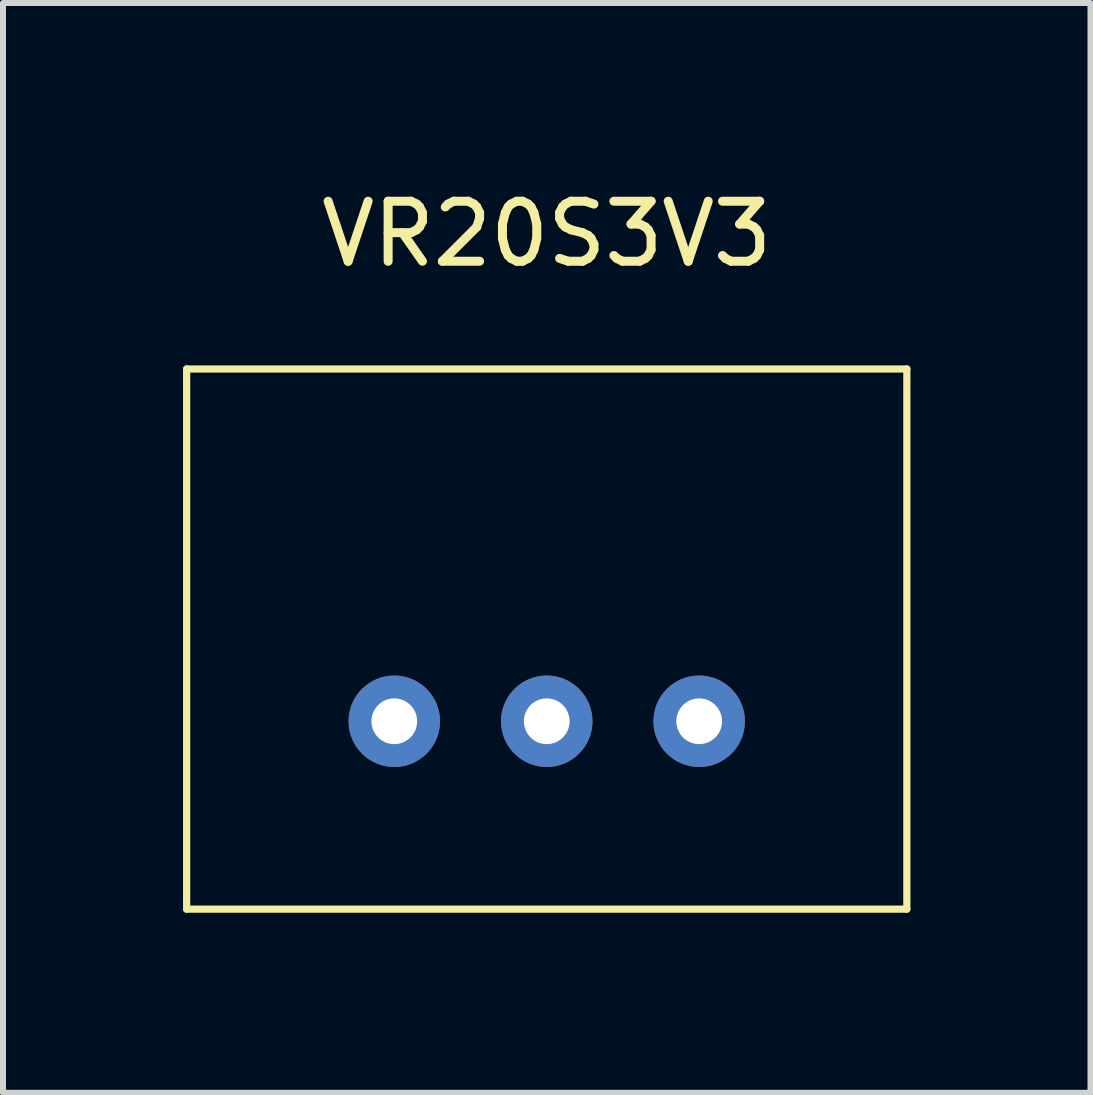
<source format=kicad_pcb>
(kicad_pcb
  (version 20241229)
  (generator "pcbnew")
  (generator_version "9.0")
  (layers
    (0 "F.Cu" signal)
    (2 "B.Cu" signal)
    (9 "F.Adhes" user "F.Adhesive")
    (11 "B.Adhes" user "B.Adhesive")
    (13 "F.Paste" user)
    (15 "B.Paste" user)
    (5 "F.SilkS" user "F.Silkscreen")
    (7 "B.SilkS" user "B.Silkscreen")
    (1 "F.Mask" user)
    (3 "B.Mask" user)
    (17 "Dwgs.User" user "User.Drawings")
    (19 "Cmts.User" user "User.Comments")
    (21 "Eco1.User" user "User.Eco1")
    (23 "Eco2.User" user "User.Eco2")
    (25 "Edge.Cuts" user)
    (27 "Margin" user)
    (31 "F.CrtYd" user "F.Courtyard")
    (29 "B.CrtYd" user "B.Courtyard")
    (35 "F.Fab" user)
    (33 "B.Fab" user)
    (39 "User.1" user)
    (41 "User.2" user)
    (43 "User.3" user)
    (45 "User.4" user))
  (footprint "VR20S3V3"
    (layer "F.Cu")
    (at 6.06 1.348)
    (property "Reference" "VR20S3V3" (at 0 -0.5 0) (unlocked yes) (layer "F.SilkS") (effects (font (size 1 1) (thickness 0.15))))
    (attr through_hole)
    (fp_line (start -6 1.75) (end -6 10.75) (stroke (width 0.12) (type default)) (layer "F.SilkS"))
    (fp_line (start -6 10.75) (end 6 10.75) (stroke (width 0.12) (type default)) (layer "F.SilkS"))
    (fp_line (start 6 1.75) (end -6 1.75) (stroke (width 0.12) (type default)) (layer "F.SilkS"))
    (fp_line (start 6 10.75) (end 6 1.75) (stroke (width 0.12) (type default)) (layer "F.SilkS"))
    (pad "1" thru_hole circle (at -2.54 7.62) (size 1.524 1.524) (drill 0.762) (layers "*.Cu" "*.Mask"))
    (pad "2" thru_hole circle (at 0 7.62) (size 1.524 1.524) (drill 0.762) (layers "*.Cu" "*.Mask"))
    (pad "3" thru_hole circle (at 2.54 7.62) (size 1.524 1.524) (drill 0.762) (layers "*.Cu" "*.Mask")))
  (gr_rect
    (start -3 -3)
    (end 15.12 15.158)
    (stroke (width 0.1) (type default))
    (fill no)
    (layer "Edge.Cuts")))
</source>
